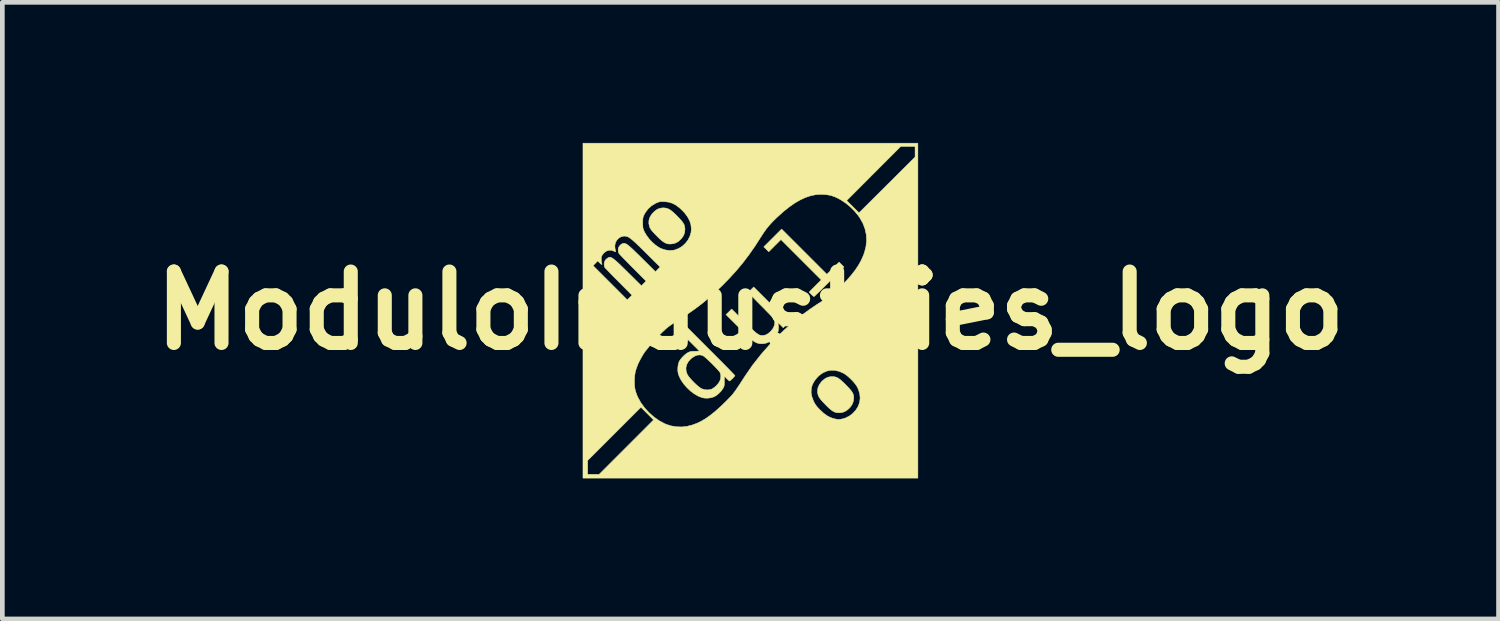
<source format=kicad_pcb>
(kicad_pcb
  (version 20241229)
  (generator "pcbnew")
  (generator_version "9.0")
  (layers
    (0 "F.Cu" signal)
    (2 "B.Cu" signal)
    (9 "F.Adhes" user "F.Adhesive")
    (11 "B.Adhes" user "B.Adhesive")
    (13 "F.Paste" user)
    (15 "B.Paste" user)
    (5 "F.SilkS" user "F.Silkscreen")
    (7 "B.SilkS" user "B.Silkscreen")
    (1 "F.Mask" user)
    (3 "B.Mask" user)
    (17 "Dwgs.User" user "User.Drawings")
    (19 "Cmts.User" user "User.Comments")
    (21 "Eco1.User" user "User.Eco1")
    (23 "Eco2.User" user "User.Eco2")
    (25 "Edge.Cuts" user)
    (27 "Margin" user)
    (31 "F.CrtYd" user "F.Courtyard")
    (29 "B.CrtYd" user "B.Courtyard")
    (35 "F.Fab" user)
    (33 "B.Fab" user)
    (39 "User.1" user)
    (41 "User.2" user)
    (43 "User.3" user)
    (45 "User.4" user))
  (footprint "ModuloIndustries_logo"
    (layer "F.Cu")
    (at 12.961 3.578)
    (property "Reference" "ModuloIndustries_logo" (at 0 0 0) (layer "F.SilkS") (effects (font (size 1.524 1.524) (thickness 0.3))))
    (attr through_hole)
    (fp_poly (pts (xy 1.148 -1.259) (xy 1.631 -0.776) (xy 1.892 -1.036) (xy 1.944 -0.983) (xy 1.996 -0.931) (xy 1.681 -0.615) (xy 1.616 -0.55) (xy 1.554 -0.489) (xy 1.499 -0.434) (xy 1.45 -0.387) (xy 1.41 -0.349) (xy 1.38 -0.32) (xy 1.361 -0.304) (xy 1.356 -0.3) (xy 1.344 -0.307) (xy 1.323 -0.324) (xy 1.298 -0.348) (xy 1.251 -0.395) (xy 1.511 -0.656) (xy 0.651 -1.516) (xy 0.52 -1.386) (xy 0.39 -1.256) (xy 0.338 -1.309) (xy 0.285 -1.361) (xy 0.475 -1.551) (xy 0.665 -1.741) (xy 1.148 -1.259)) (stroke (width 0.01) (type solid)) (fill yes) (layer "F.SilkS"))
    (fp_poly (pts (xy 1.782 1.409) (xy 1.818 1.416) (xy 1.853 1.43) (xy 1.89 1.452) (xy 1.931 1.484) (xy 1.98 1.529) (xy 2.032 1.58) (xy 2.089 1.639) (xy 2.132 1.687) (xy 2.164 1.727) (xy 2.185 1.764) (xy 2.198 1.799) (xy 2.204 1.836) (xy 2.205 1.866) (xy 2.196 1.934) (xy 2.17 2.001) (xy 2.128 2.062) (xy 2.075 2.114) (xy 2.014 2.153) (xy 1.962 2.171) (xy 1.904 2.179) (xy 1.847 2.177) (xy 1.808 2.168) (xy 1.777 2.154) (xy 1.746 2.136) (xy 1.712 2.11) (xy 1.672 2.075) (xy 1.624 2.029) (xy 1.589 1.993) (xy 1.533 1.935) (xy 1.491 1.885) (xy 1.462 1.841) (xy 1.444 1.8) (xy 1.434 1.758) (xy 1.431 1.716) (xy 1.441 1.644) (xy 1.471 1.576) (xy 1.52 1.512) (xy 1.528 1.503) (xy 1.587 1.454) (xy 1.647 1.422) (xy 1.711 1.408) (xy 1.741 1.407) (xy 1.782 1.409)) (stroke (width 0.01) (type solid)) (fill yes) (layer "F.SilkS"))
    (fp_poly (pts (xy -1.815 -2.19) (xy -1.773 -2.18) (xy -1.731 -2.161) (xy -1.686 -2.131) (xy -1.636 -2.088) (xy -1.577 -2.032) (xy -1.558 -2.012) (xy -1.504 -1.956) (xy -1.463 -1.909) (xy -1.434 -1.869) (xy -1.414 -1.833) (xy -1.403 -1.797) (xy -1.398 -1.759) (xy -1.397 -1.731) (xy -1.404 -1.664) (xy -1.426 -1.603) (xy -1.466 -1.545) (xy -1.485 -1.524) (xy -1.541 -1.473) (xy -1.602 -1.441) (xy -1.67 -1.425) (xy -1.696 -1.423) (xy -1.737 -1.422) (xy -1.768 -1.426) (xy -1.798 -1.436) (xy -1.828 -1.451) (xy -1.858 -1.468) (xy -1.891 -1.493) (xy -1.929 -1.526) (xy -1.976 -1.571) (xy -2.009 -1.605) (xy -2.056 -1.653) (xy -2.09 -1.691) (xy -2.115 -1.721) (xy -2.132 -1.747) (xy -2.145 -1.771) (xy -2.151 -1.787) (xy -2.168 -1.858) (xy -2.165 -1.929) (xy -2.143 -1.997) (xy -2.102 -2.062) (xy -2.062 -2.105) (xy -2.005 -2.151) (xy -1.948 -2.179) (xy -1.887 -2.192) (xy -1.86 -2.193) (xy -1.815 -2.19)) (stroke (width 0.01) (type solid)) (fill yes) (layer "F.SilkS"))
    (fp_poly (pts (xy 0.445 -0.13) (xy 0.821 0.245) (xy 0.701 0.365) (xy 0.641 0.305) (xy 0.612 0.277) (xy 0.594 0.261) (xy 0.587 0.257) (xy 0.586 0.264) (xy 0.59 0.28) (xy 0.591 0.281) (xy 0.596 0.31) (xy 0.6 0.349) (xy 0.6 0.376) (xy 0.591 0.444) (xy 0.564 0.509) (xy 0.523 0.568) (xy 0.471 0.62) (xy 0.41 0.661) (xy 0.342 0.691) (xy 0.272 0.706) (xy 0.202 0.705) (xy 0.176 0.7) (xy 0.148 0.692) (xy 0.122 0.682) (xy 0.095 0.668) (xy 0.065 0.649) (xy 0.032 0.624) (xy -0.006 0.591) (xy -0.052 0.549) (xy -0.107 0.497) (xy -0.172 0.433) (xy -0.248 0.357) (xy -0.521 0.085) (xy -0.46 0.025) (xy -0.4 -0.034) (xy -0.138 0.227) (xy -0.063 0.301) (xy -0.001 0.362) (xy 0.051 0.411) (xy 0.093 0.45) (xy 0.128 0.479) (xy 0.158 0.5) (xy 0.183 0.515) (xy 0.206 0.524) (xy 0.229 0.528) (xy 0.252 0.53) (xy 0.26 0.53) (xy 0.318 0.521) (xy 0.376 0.491) (xy 0.432 0.442) (xy 0.435 0.44) (xy 0.482 0.38) (xy 0.51 0.319) (xy 0.521 0.259) (xy 0.512 0.202) (xy 0.506 0.187) (xy 0.496 0.173) (xy 0.474 0.147) (xy 0.44 0.11) (xy 0.397 0.064) (xy 0.346 0.012) (xy 0.29 -0.046) (xy 0.229 -0.107) (xy 0.226 -0.11) (xy 0.166 -0.17) (xy 0.111 -0.226) (xy 0.062 -0.276) (xy 0.021 -0.318) (xy -0.011 -0.352) (xy -0.032 -0.375) (xy -0.04 -0.385) (xy -0.04 -0.386) (xy -0.033 -0.397) (xy -0.016 -0.418) (xy 0.01 -0.445) (xy 0.015 -0.451) (xy 0.07 -0.505) (xy 0.445 -0.13)) (stroke (width 0.01) (type solid)) (fill yes) (layer "F.SilkS"))
    (fp_poly (pts (xy -0.861 0.846) (xy -0.775 0.931) (xy -0.694 1.013) (xy -0.618 1.089) (xy -0.549 1.159) (xy -0.487 1.222) (xy -0.434 1.276) (xy -0.391 1.321) (xy -0.358 1.355) (xy -0.338 1.377) (xy -0.33 1.386) (xy -0.33 1.386) (xy -0.337 1.398) (xy -0.355 1.419) (xy -0.379 1.444) (xy -0.404 1.469) (xy -0.427 1.489) (xy -0.443 1.5) (xy -0.446 1.501) (xy -0.458 1.494) (xy -0.478 1.476) (xy -0.504 1.451) (xy -0.506 1.449) (xy -0.555 1.396) (xy -0.555 1.501) (xy -0.556 1.55) (xy -0.558 1.584) (xy -0.562 1.609) (xy -0.571 1.632) (xy -0.583 1.657) (xy -0.585 1.659) (xy -0.623 1.714) (xy -0.673 1.766) (xy -0.729 1.811) (xy -0.776 1.838) (xy -0.84 1.858) (xy -0.912 1.868) (xy -0.984 1.865) (xy -1.028 1.857) (xy -1.112 1.825) (xy -1.195 1.777) (xy -1.277 1.716) (xy -1.353 1.644) (xy -1.421 1.567) (xy -1.478 1.485) (xy -1.52 1.402) (xy -1.542 1.338) (xy -1.55 1.283) (xy -1.549 1.222) (xy -1.376 1.222) (xy -1.371 1.291) (xy -1.348 1.359) (xy -1.347 1.361) (xy -1.324 1.397) (xy -1.29 1.44) (xy -1.247 1.488) (xy -1.199 1.537) (xy -1.151 1.583) (xy -1.104 1.622) (xy -1.064 1.652) (xy -1.04 1.666) (xy -0.977 1.686) (xy -0.91 1.691) (xy -0.847 1.681) (xy -0.823 1.672) (xy -0.776 1.643) (xy -0.728 1.602) (xy -0.686 1.554) (xy -0.656 1.508) (xy -0.636 1.45) (xy -0.631 1.39) (xy -0.642 1.334) (xy -0.644 1.328) (xy -0.657 1.307) (xy -0.683 1.276) (xy -0.718 1.237) (xy -0.76 1.193) (xy -0.806 1.146) (xy -0.854 1.099) (xy -0.901 1.054) (xy -0.944 1.015) (xy -0.981 0.984) (xy -1.008 0.964) (xy -1.018 0.959) (xy -1.074 0.944) (xy -1.134 0.949) (xy -1.195 0.973) (xy -1.257 1.015) (xy -1.275 1.031) (xy -1.327 1.09) (xy -1.361 1.155) (xy -1.376 1.222) (xy -1.549 1.222) (xy -1.549 1.22) (xy -1.542 1.156) (xy -1.527 1.102) (xy -1.521 1.086) (xy -1.494 1.043) (xy -1.455 0.996) (xy -1.41 0.951) (xy -1.363 0.913) (xy -1.326 0.891) (xy -1.297 0.878) (xy -1.267 0.871) (xy -1.231 0.867) (xy -1.183 0.866) (xy -1.143 0.865) (xy -1.112 0.864) (xy -1.094 0.862) (xy -1.091 0.861) (xy -1.098 0.853) (xy -1.117 0.833) (xy -1.147 0.802) (xy -1.187 0.763) (xy -1.233 0.717) (xy -1.285 0.665) (xy -1.303 0.648) (xy -1.515 0.44) (xy -1.453 0.377) (xy -1.391 0.315) (xy -0.861 0.846)) (stroke (width 0.01) (type solid)) (fill yes) (layer "F.SilkS"))
    (fp_poly (pts (xy 3.573 3.573) (xy -3.573 3.573) (xy -3.573 3.197) (xy -3.473 3.197) (xy -3.473 3.493) (xy -3.228 3.493) (xy -2.647 2.912) (xy -2.066 2.331) (xy -2.336 2.061) (xy -2.904 2.629) (xy -3.473 3.197) (xy -3.573 3.197) (xy -3.573 1.501) (xy -2.475 1.501) (xy -2.473 1.586) (xy -2.465 1.659) (xy -2.449 1.727) (xy -2.424 1.797) (xy -2.402 1.848) (xy -2.339 1.962) (xy -2.259 2.072) (xy -2.165 2.175) (xy -2.061 2.267) (xy -1.949 2.347) (xy -1.832 2.41) (xy -1.794 2.426) (xy -1.691 2.459) (xy -1.58 2.477) (xy -1.466 2.481) (xy -1.356 2.469) (xy -1.344 2.466) (xy -1.245 2.441) (xy -1.149 2.406) (xy -1.053 2.361) (xy -0.955 2.303) (xy -0.855 2.232) (xy -0.75 2.148) (xy -0.638 2.048) (xy -0.534 1.947) (xy -0.492 1.905) (xy -0.457 1.869) (xy -0.426 1.837) (xy -0.398 1.807) (xy -0.372 1.776) (xy -0.349 1.746) (xy 1.295 1.746) (xy 1.311 1.835) (xy 1.346 1.928) (xy 1.354 1.945) (xy 1.376 1.986) (xy 1.401 2.023) (xy 1.432 2.061) (xy 1.473 2.105) (xy 1.491 2.122) (xy 1.565 2.191) (xy 1.637 2.243) (xy 1.709 2.28) (xy 1.784 2.305) (xy 1.788 2.306) (xy 1.836 2.316) (xy 1.873 2.32) (xy 1.911 2.318) (xy 1.953 2.312) (xy 2.033 2.288) (xy 2.111 2.248) (xy 2.181 2.195) (xy 2.183 2.193) (xy 2.251 2.119) (xy 2.3 2.039) (xy 2.33 1.954) (xy 2.341 1.865) (xy 2.332 1.774) (xy 2.304 1.682) (xy 2.275 1.621) (xy 2.243 1.573) (xy 2.199 1.519) (xy 2.147 1.464) (xy 2.091 1.412) (xy 2.037 1.368) (xy 1.991 1.338) (xy 1.899 1.297) (xy 1.807 1.275) (xy 1.717 1.272) (xy 1.63 1.289) (xy 1.547 1.326) (xy 1.469 1.381) (xy 1.429 1.42) (xy 1.366 1.498) (xy 1.322 1.578) (xy 1.299 1.66) (xy 1.295 1.746) (xy -0.349 1.746) (xy -0.346 1.743) (xy -0.319 1.705) (xy -0.288 1.66) (xy -0.252 1.607) (xy -0.21 1.543) (xy -0.16 1.466) (xy -0.115 1.396) (xy 0.045 1.164) (xy 0.223 0.938) (xy 0.418 0.716) (xy 0.632 0.498) (xy 0.732 0.403) (xy 0.86 0.288) (xy 0.988 0.181) (xy 1.12 0.078) (xy 1.259 -0.023) (xy 1.41 -0.126) (xy 1.546 -0.213) (xy 1.622 -0.262) (xy 1.686 -0.304) (xy 1.739 -0.343) (xy 1.788 -0.381) (xy 1.834 -0.421) (xy 1.883 -0.468) (xy 1.938 -0.523) (xy 1.952 -0.537) (xy 2.062 -0.655) (xy 2.157 -0.764) (xy 2.237 -0.867) (xy 2.304 -0.967) (xy 2.359 -1.065) (xy 2.404 -1.164) (xy 2.432 -1.239) (xy 2.465 -1.368) (xy 2.478 -1.495) (xy 2.472 -1.62) (xy 2.445 -1.743) (xy 2.4 -1.864) (xy 2.334 -1.98) (xy 2.3 -2.029) (xy 2.221 -2.125) (xy 2.131 -2.214) (xy 2.034 -2.294) (xy 1.952 -2.349) (xy 2.054 -2.349) (xy 2.317 -2.087) (xy 2.915 -2.682) (xy 3.513 -3.278) (xy 3.513 -3.503) (xy 3.206 -3.503) (xy 2.63 -2.926) (xy 2.054 -2.349) (xy 1.952 -2.349) (xy 1.933 -2.362) (xy 1.831 -2.416) (xy 1.731 -2.453) (xy 1.716 -2.457) (xy 1.651 -2.47) (xy 1.575 -2.478) (xy 1.496 -2.48) (xy 1.422 -2.477) (xy 1.386 -2.473) (xy 1.277 -2.449) (xy 1.168 -2.412) (xy 1.058 -2.36) (xy 0.945 -2.295) (xy 0.829 -2.213) (xy 0.707 -2.116) (xy 0.579 -2.001) (xy 0.546 -1.97) (xy 0.468 -1.893) (xy 0.402 -1.82) (xy 0.342 -1.747) (xy 0.284 -1.666) (xy 0.225 -1.575) (xy 0.096 -1.374) (xy -0.033 -1.19) (xy -0.164 -1.017) (xy -0.303 -0.851) (xy -0.451 -0.689) (xy -0.611 -0.526) (xy -0.631 -0.507) (xy -0.768 -0.377) (xy -0.899 -0.261) (xy -1.029 -0.154) (xy -1.163 -0.052) (xy -1.304 0.048) (xy -1.391 0.105) (xy -1.452 0.145) (xy -1.517 0.188) (xy -1.581 0.229) (xy -1.637 0.266) (xy -1.671 0.288) (xy -1.722 0.323) (xy -1.77 0.359) (xy -1.817 0.4) (xy -1.869 0.448) (xy -1.927 0.505) (xy -1.977 0.557) (xy -2.03 0.613) (xy -2.08 0.669) (xy -2.124 0.719) (xy -2.15 0.751) (xy -2.182 0.791) (xy -2.212 0.828) (xy -2.235 0.857) (xy -2.249 0.874) (xy -2.25 0.876) (xy -2.269 0.904) (xy -2.295 0.944) (xy -2.323 0.993) (xy -2.352 1.045) (xy -2.378 1.095) (xy -2.398 1.138) (xy -2.402 1.148) (xy -2.435 1.234) (xy -2.457 1.311) (xy -2.469 1.389) (xy -2.475 1.474) (xy -2.475 1.501) (xy -3.573 1.501) (xy -3.573 -0.96) (xy -3.357 -0.96) (xy -2.992 -0.595) (xy -2.627 -0.23) (xy -2.577 -0.28) (xy -2.527 -0.33) (xy -2.808 -0.613) (xy -2.871 -0.676) (xy -2.929 -0.735) (xy -2.982 -0.789) (xy -3.027 -0.836) (xy -3.064 -0.874) (xy -3.09 -0.902) (xy -3.105 -0.918) (xy -3.106 -0.92) (xy -3.119 -0.955) (xy -3.122 -0.998) (xy -3.114 -1.042) (xy -3.102 -1.068) (xy -3.081 -1.095) (xy -3.051 -1.119) (xy -3.022 -1.136) (xy -3.003 -1.141) (xy -2.986 -1.139) (xy -2.967 -1.132) (xy -2.944 -1.119) (xy -2.916 -1.099) (xy -2.881 -1.071) (xy -2.839 -1.034) (xy -2.787 -0.986) (xy -2.726 -0.926) (xy -2.652 -0.854) (xy -2.612 -0.814) (xy -2.326 -0.531) (xy -2.227 -0.631) (xy -2.508 -0.913) (xy -2.571 -0.976) (xy -2.629 -1.035) (xy -2.682 -1.089) (xy -2.727 -1.136) (xy -2.764 -1.175) (xy -2.79 -1.203) (xy -2.804 -1.219) (xy -2.806 -1.221) (xy -2.817 -1.251) (xy -2.822 -1.291) (xy -2.819 -1.33) (xy -2.811 -1.354) (xy -2.779 -1.398) (xy -2.738 -1.427) (xy -2.726 -1.432) (xy -2.708 -1.436) (xy -2.691 -1.437) (xy -2.672 -1.433) (xy -2.65 -1.423) (xy -2.623 -1.406) (xy -2.591 -1.381) (xy -2.552 -1.347) (xy -2.504 -1.303) (xy -2.447 -1.247) (xy -2.377 -1.18) (xy -2.311 -1.114) (xy -2.026 -0.831) (xy -1.976 -0.881) (xy -1.927 -0.932) (xy -2.227 -1.229) (xy -2.31 -1.312) (xy -2.381 -1.381) (xy -2.441 -1.438) (xy -2.491 -1.484) (xy -2.533 -1.52) (xy -2.569 -1.547) (xy -2.599 -1.567) (xy -2.626 -1.579) (xy -2.65 -1.587) (xy -2.674 -1.59) (xy -2.699 -1.59) (xy -2.707 -1.589) (xy -2.763 -1.575) (xy -2.813 -1.545) (xy -2.853 -1.501) (xy -2.88 -1.449) (xy -2.892 -1.39) (xy -2.892 -1.381) (xy -2.89 -1.342) (xy -2.885 -1.307) (xy -2.881 -1.292) (xy -2.875 -1.269) (xy -2.874 -1.256) (xy -2.874 -1.256) (xy -2.885 -1.257) (xy -2.907 -1.266) (xy -2.918 -1.272) (xy -2.971 -1.289) (xy -3.025 -1.288) (xy -3.078 -1.268) (xy -3.126 -1.231) (xy -3.153 -1.198) (xy -3.171 -1.169) (xy -3.18 -1.141) (xy -3.182 -1.104) (xy -3.183 -1.1) (xy -3.181 -1.063) (xy -3.176 -1.03) (xy -3.172 -1.015) (xy -3.166 -0.992) (xy -3.17 -0.984) (xy -3.186 -0.992) (xy -3.214 -1.017) (xy -3.216 -1.019) (xy -3.258 -1.061) (xy -3.357 -0.96) (xy -3.573 -0.96) (xy -3.573 -1.872) (xy -2.297 -1.872) (xy -2.297 -1.822) (xy -2.295 -1.786) (xy -2.291 -1.758) (xy -2.283 -1.733) (xy -2.271 -1.703) (xy -2.255 -1.67) (xy -2.213 -1.6) (xy -2.159 -1.529) (xy -2.097 -1.462) (xy -2.03 -1.403) (xy -1.962 -1.355) (xy -1.906 -1.325) (xy -1.812 -1.295) (xy -1.722 -1.283) (xy -1.636 -1.29) (xy -1.615 -1.295) (xy -1.53 -1.327) (xy -1.453 -1.375) (xy -1.387 -1.436) (xy -1.332 -1.507) (xy -1.292 -1.586) (xy -1.267 -1.67) (xy -1.261 -1.74) (xy -1.269 -1.828) (xy -1.295 -1.913) (xy -1.338 -1.996) (xy -1.399 -2.08) (xy -1.438 -2.122) (xy -1.515 -2.196) (xy -1.59 -2.251) (xy -1.665 -2.291) (xy -1.743 -2.315) (xy -1.827 -2.325) (xy -1.851 -2.326) (xy -1.897 -2.326) (xy -1.931 -2.324) (xy -1.959 -2.317) (xy -1.989 -2.306) (xy -2.025 -2.289) (xy -2.107 -2.24) (xy -2.179 -2.176) (xy -2.237 -2.101) (xy -2.263 -2.055) (xy -2.278 -2.025) (xy -2.287 -2) (xy -2.293 -1.975) (xy -2.296 -1.944) (xy -2.297 -1.902) (xy -2.297 -1.872) (xy -3.573 -1.872) (xy -3.573 -3.573) (xy 3.573 -3.573) (xy 3.573 3.573)) (stroke (width 0.01) (type solid)) (fill yes) (layer "F.SilkS")))
  (gr_rect
    (start -3 -3)
    (end 28.923 10.156)
    (stroke (width 0.1) (type default))
    (fill no)
    (layer "Edge.Cuts")))
</source>
